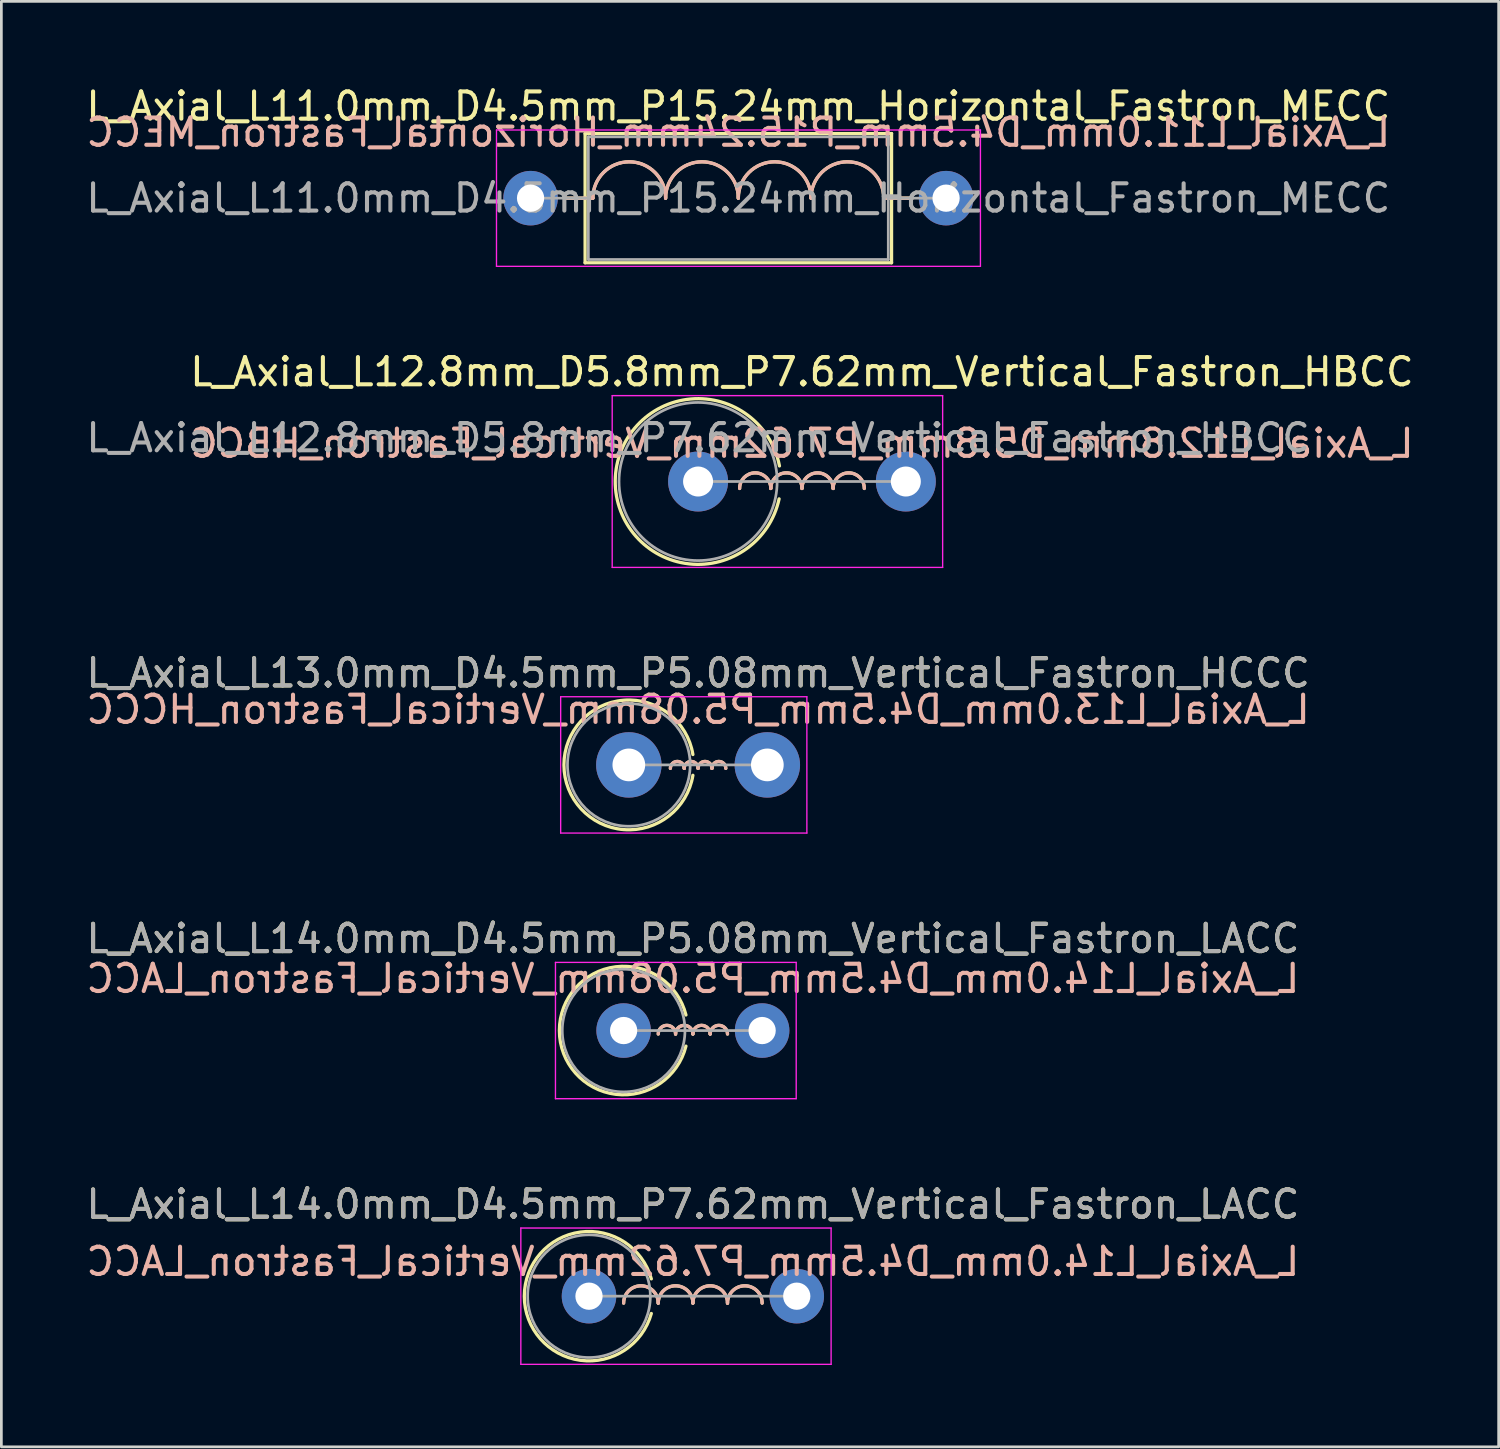
<source format=kicad_pcb>
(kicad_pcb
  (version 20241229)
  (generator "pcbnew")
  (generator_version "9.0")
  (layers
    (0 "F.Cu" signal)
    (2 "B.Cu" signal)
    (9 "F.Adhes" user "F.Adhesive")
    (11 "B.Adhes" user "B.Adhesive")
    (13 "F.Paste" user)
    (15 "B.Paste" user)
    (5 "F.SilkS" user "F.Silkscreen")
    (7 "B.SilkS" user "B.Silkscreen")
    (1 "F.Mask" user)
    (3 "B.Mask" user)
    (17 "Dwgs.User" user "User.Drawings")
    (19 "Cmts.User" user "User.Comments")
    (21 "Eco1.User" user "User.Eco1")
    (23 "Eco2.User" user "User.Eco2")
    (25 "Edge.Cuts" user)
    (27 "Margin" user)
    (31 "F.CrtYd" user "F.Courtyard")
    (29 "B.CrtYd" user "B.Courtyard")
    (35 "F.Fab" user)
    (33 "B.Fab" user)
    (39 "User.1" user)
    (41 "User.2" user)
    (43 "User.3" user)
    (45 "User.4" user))
  (footprint "L_Axial_L11.0mm_D4.5mm_P15.24mm_Horizontal_Fastron_MECC"
    (layer "F.Cu")
    (at 16.41 4.218)
    (property "Reference" "L_Axial_L11.0mm_D4.5mm_P15.24mm_Horizontal_Fastron_MECC" (at 7.62 -3.37 0) (layer "F.SilkS") (effects (font (size 1 1) (thickness 0.15))))
    (fp_line (start 1.24 0) (end 2 0) (stroke (width 0.12) (type solid)) (layer "F.SilkS"))
    (fp_line (start 2 -2.37) (end 2 2.37) (stroke (width 0.12) (type solid)) (layer "F.SilkS"))
    (fp_line (start 2 2.37) (end 13.24 2.37) (stroke (width 0.12) (type solid)) (layer "F.SilkS"))
    (fp_line (start 2.286 0) (end 2 0) (stroke (width 0.12) (type solid)) (layer "F.SilkS"))
    (fp_line (start 12.954 0) (end 13.271 0) (stroke (width 0.12) (type solid)) (layer "F.SilkS"))
    (fp_line (start 13.24 -2.37) (end 2 -2.37) (stroke (width 0.12) (type solid)) (layer "F.SilkS"))
    (fp_line (start 13.24 2.37) (end 13.24 -2.37) (stroke (width 0.12) (type solid)) (layer "F.SilkS"))
    (fp_line (start 14 0) (end 13.24 0) (stroke (width 0.12) (type solid)) (layer "F.SilkS"))
    (fp_arc (start 2.286 0) (mid 3.6195 -1.3335) (end 4.953 0) (stroke (width 0.12) (type solid)) (layer "F.SilkS"))
    (fp_arc (start 4.953 0) (mid 6.2865 -1.3335) (end 7.62 0) (stroke (width 0.12) (type solid)) (layer "F.SilkS"))
    (fp_arc (start 7.62 0) (mid 8.9535 -1.3335) (end 10.287 0) (stroke (width 0.12) (type solid)) (layer "F.SilkS"))
    (fp_arc (start 10.287 0) (mid 11.6205 -1.3335) (end 12.954 0) (stroke (width 0.12) (type solid)) (layer "F.SilkS"))
    (fp_line (start 1.24 0) (end 2 0) (stroke (width 0.12) (type solid)) (layer "B.SilkS"))
    (fp_line (start 2.286 0) (end 1.968 0) (stroke (width 0.12) (type solid)) (layer "B.SilkS"))
    (fp_line (start 12.954 0) (end 13.24 0) (stroke (width 0.12) (type solid)) (layer "B.SilkS"))
    (fp_line (start 14 0) (end 13.24 0) (stroke (width 0.12) (type solid)) (layer "B.SilkS"))
    (fp_arc (start 2.286 0) (mid 3.6195 -1.3335) (end 4.953 0) (stroke (width 0.12) (type solid)) (layer "B.SilkS"))
    (fp_arc (start 4.953 0) (mid 6.2865 -1.3335) (end 7.62 0) (stroke (width 0.12) (type solid)) (layer "B.SilkS"))
    (fp_arc (start 7.62 0) (mid 8.9535 -1.3335) (end 10.287 0) (stroke (width 0.12) (type solid)) (layer "B.SilkS"))
    (fp_arc (start 10.287 0) (mid 11.6205 -1.3335) (end 12.954 0) (stroke (width 0.12) (type solid)) (layer "B.SilkS"))
    (fp_line (start -1.25 -2.5) (end -1.25 2.5) (stroke (width 0.05) (type solid)) (layer "F.CrtYd"))
    (fp_line (start -1.25 2.5) (end 16.5 2.5) (stroke (width 0.05) (type solid)) (layer "F.CrtYd"))
    (fp_line (start 16.5 -2.5) (end -1.25 -2.5) (stroke (width 0.05) (type solid)) (layer "F.CrtYd"))
    (fp_line (start 16.5 2.5) (end 16.5 -2.5) (stroke (width 0.05) (type solid)) (layer "F.CrtYd"))
    (fp_line (start 0 0) (end 2.12 0) (stroke (width 0.1) (type solid)) (layer "F.Fab"))
    (fp_line (start 2.12 -2.25) (end 2.12 2.25) (stroke (width 0.1) (type solid)) (layer "F.Fab"))
    (fp_line (start 2.12 2.25) (end 13.12 2.25) (stroke (width 0.1) (type solid)) (layer "F.Fab"))
    (fp_line (start 13.12 -2.25) (end 2.12 -2.25) (stroke (width 0.1) (type solid)) (layer "F.Fab"))
    (fp_line (start 13.12 2.25) (end 13.12 -2.25) (stroke (width 0.1) (type solid)) (layer "F.Fab"))
    (fp_line (start 15.24 0) (end 13.12 0) (stroke (width 0.1) (type solid)) (layer "F.Fab"))
    (fp_text user "${REFERENCE}" (at 7.62 -2.413 0) (layer "B.SilkS") (effects (font (size 1 1) (thickness 0.15)) (justify mirror)))
    (fp_text user "${REFERENCE}" (at 7.62 0 0) (layer "F.Fab") (effects (font (size 1 1) (thickness 0.15))))
    (pad "1" thru_hole circle (at 0 0) (size 2 2) (drill 1) (layers "*.Cu" "*.Mask"))
    (pad "2" thru_hole oval (at 15.24 0) (size 2 2) (drill 1) (layers "*.Cu" "*.Mask")))
  (footprint "L_Axial_L14.0mm_D4.5mm_P7.62mm_Vertical_Fastron_LACC"
    (layer "F.Cu")
    (at 18.553 44.491)
    (property "Reference" "L_Axial_L14.0mm_D4.5mm_P7.62mm_Vertical_Fastron_LACC" (at 3.81 -3.37 0) (layer "F.SilkS") (effects (font (size 1 1) (thickness 0.15))))
    (fp_arc (start 1.27 0.254) (mid 1.905 -0.381) (end 2.54 0.254) (stroke (width 0.12) (type solid)) (layer "F.SilkS"))
    (fp_arc (start 2.286 0.635) (mid -2.372556 0) (end 2.286 -0.635) (stroke (width 0.12) (type solid)) (layer "F.SilkS"))
    (fp_arc (start 2.54 0.254) (mid 3.175 -0.381) (end 3.81 0.254) (stroke (width 0.12) (type solid)) (layer "F.SilkS"))
    (fp_arc (start 3.81 0.254) (mid 4.445 -0.381) (end 5.08 0.254) (stroke (width 0.12) (type solid)) (layer "F.SilkS"))
    (fp_arc (start 5.08 0.254) (mid 5.715 -0.381) (end 6.35 0.254) (stroke (width 0.12) (type solid)) (layer "F.SilkS"))
    (fp_arc (start 1.27 0.254) (mid 1.905 -0.381) (end 2.54 0.254) (stroke (width 0.12) (type solid)) (layer "B.SilkS"))
    (fp_arc (start 2.54 0.254) (mid 3.175 -0.381) (end 3.81 0.254) (stroke (width 0.12) (type solid)) (layer "B.SilkS"))
    (fp_arc (start 3.81 0.254) (mid 4.445 -0.381) (end 5.08 0.254) (stroke (width 0.12) (type solid)) (layer "B.SilkS"))
    (fp_arc (start 5.08 0.254) (mid 5.715 -0.381) (end 6.35 0.254) (stroke (width 0.12) (type solid)) (layer "B.SilkS"))
    (fp_line (start -2.5 -2.5) (end -2.5 2.5) (stroke (width 0.05) (type solid)) (layer "F.CrtYd"))
    (fp_line (start -2.5 2.5) (end 8.88 2.5) (stroke (width 0.05) (type solid)) (layer "F.CrtYd"))
    (fp_line (start 8.88 -2.5) (end -2.5 -2.5) (stroke (width 0.05) (type solid)) (layer "F.CrtYd"))
    (fp_line (start 8.88 2.5) (end 8.88 -2.5) (stroke (width 0.05) (type solid)) (layer "F.CrtYd"))
    (fp_line (start 0 0) (end 7.62 0) (stroke (width 0.1) (type solid)) (layer "F.Fab"))
    (fp_circle (center 0 0) (end 2.25 0) (stroke (width 0.1) (type solid)) (fill no) (layer "F.Fab"))
    (fp_text user "${REFERENCE}" (at 3.81 -1.27 0) (layer "B.SilkS") (effects (font (size 1 1) (thickness 0.15)) (justify mirror)))
    (fp_text user "${REFERENCE}" (at 3.81 -3.37 0) (layer "F.Fab") (effects (font (size 1 1) (thickness 0.15))))
    (pad "1" thru_hole circle (at 0 0) (size 2 2) (drill 1) (layers "*.Cu" "*.Mask"))
    (pad "2" thru_hole oval (at 7.62 0) (size 2 2) (drill 1) (layers "*.Cu" "*.Mask")))
  (footprint "L_Axial_L14.0mm_D4.5mm_P5.08mm_Vertical_Fastron_LACC"
    (layer "F.Cu")
    (at 19.823 34.748)
    (property "Reference" "L_Axial_L14.0mm_D4.5mm_P5.08mm_Vertical_Fastron_LACC" (at 2.54 -3.37 0) (layer "F.SilkS") (effects (font (size 1 1) (thickness 0.15))))
    (fp_arc (start 1.27 0.127) (mid 1.5875 -0.1905) (end 1.905 0.127) (stroke (width 0.12) (type solid)) (layer "F.SilkS"))
    (fp_arc (start 1.905 0.127) (mid 2.2225 -0.1905) (end 2.54 0.127) (stroke (width 0.12) (type solid)) (layer "F.SilkS"))
    (fp_arc (start 2.286 0.5715) (mid -2.356355 0) (end 2.286 -0.5715) (stroke (width 0.12) (type solid)) (layer "F.SilkS"))
    (fp_arc (start 2.54 0.127) (mid 2.8575 -0.1905) (end 3.175 0.127) (stroke (width 0.12) (type solid)) (layer "F.SilkS"))
    (fp_arc (start 3.175 0.127) (mid 3.4925 -0.1905) (end 3.81 0.127) (stroke (width 0.12) (type solid)) (layer "F.SilkS"))
    (fp_arc (start 1.27 0.127) (mid 1.5875 -0.1905) (end 1.905 0.127) (stroke (width 0.12) (type solid)) (layer "B.SilkS"))
    (fp_arc (start 1.905 0.127) (mid 2.2225 -0.1905) (end 2.54 0.127) (stroke (width 0.12) (type solid)) (layer "B.SilkS"))
    (fp_arc (start 2.54 0.127) (mid 2.8575 -0.1905) (end 3.175 0.127) (stroke (width 0.12) (type solid)) (layer "B.SilkS"))
    (fp_arc (start 3.175 0.127) (mid 3.4925 -0.1905) (end 3.81 0.127) (stroke (width 0.12) (type solid)) (layer "B.SilkS"))
    (fp_line (start -2.5 -2.5) (end -2.5 2.5) (stroke (width 0.05) (type solid)) (layer "F.CrtYd"))
    (fp_line (start -2.5 2.5) (end 6.33 2.5) (stroke (width 0.05) (type solid)) (layer "F.CrtYd"))
    (fp_line (start 6.33 -2.5) (end -2.5 -2.5) (stroke (width 0.05) (type solid)) (layer "F.CrtYd"))
    (fp_line (start 6.33 2.5) (end 6.33 -2.5) (stroke (width 0.05) (type solid)) (layer "F.CrtYd"))
    (fp_line (start 0 0) (end 5.08 0) (stroke (width 0.1) (type solid)) (layer "F.Fab"))
    (fp_circle (center 0 0) (end 2.25 0) (stroke (width 0.1) (type solid)) (fill no) (layer "F.Fab"))
    (fp_text user "${REFERENCE}" (at 2.54 -1.905 0) (layer "B.SilkS") (effects (font (size 1 1) (thickness 0.15)) (justify mirror)))
    (fp_text user "${REFERENCE}" (at 2.54 -3.37 0) (layer "F.Fab") (effects (font (size 1 1) (thickness 0.15))))
    (pad "1" thru_hole circle (at 0 0) (size 2 2) (drill 1) (layers "*.Cu" "*.Mask"))
    (pad "2" thru_hole oval (at 5.08 0) (size 2 2) (drill 1) (layers "*.Cu" "*.Mask")))
  (footprint "L_Axial_L12.8mm_D5.8mm_P7.62mm_Vertical_Fastron_HBCC"
    (layer "F.Cu")
    (at 22.554 14.611)
    (property "Reference" "L_Axial_L12.8mm_D5.8mm_P7.62mm_Vertical_Fastron_HBCC" (at 3.81 -4.02 0) (layer "F.SilkS") (effects (font (size 1 1) (thickness 0.15))))
    (fp_arc (start 1.524 0.254) (mid 2.0955 -0.3175) (end 2.667 0.254) (stroke (width 0.12) (type solid)) (layer "F.SilkS"))
    (fp_arc (start 2.667 0.254) (mid 3.2385 -0.3175) (end 3.81 0.254) (stroke (width 0.12) (type solid)) (layer "F.SilkS"))
    (fp_arc (start 2.971329 0.636439) (mid -3.038545 -0.033131) (end 2.9845 -0.5715) (stroke (width 0.12) (type solid)) (layer "F.SilkS"))
    (fp_arc (start 3.81 0.254) (mid 4.3815 -0.3175) (end 4.953 0.254) (stroke (width 0.12) (type solid)) (layer "F.SilkS"))
    (fp_arc (start 4.953 0.254) (mid 5.5245 -0.3175) (end 6.096 0.254) (stroke (width 0.12) (type solid)) (layer "F.SilkS"))
    (fp_arc (start 1.524 0.254) (mid 2.0955 -0.3175) (end 2.667 0.254) (stroke (width 0.12) (type solid)) (layer "B.SilkS"))
    (fp_arc (start 2.667 0.254) (mid 3.2385 -0.3175) (end 3.81 0.254) (stroke (width 0.12) (type solid)) (layer "B.SilkS"))
    (fp_arc (start 3.81 0.254) (mid 4.3815 -0.3175) (end 4.953 0.254) (stroke (width 0.12) (type solid)) (layer "B.SilkS"))
    (fp_arc (start 4.953 0.254) (mid 5.5245 -0.3175) (end 6.096 0.254) (stroke (width 0.12) (type solid)) (layer "B.SilkS"))
    (fp_line (start -3.15 -3.15) (end -3.15 3.15) (stroke (width 0.05) (type solid)) (layer "F.CrtYd"))
    (fp_line (start -3.15 3.15) (end 8.97 3.15) (stroke (width 0.05) (type solid)) (layer "F.CrtYd"))
    (fp_line (start 8.97 -3.15) (end -3.15 -3.15) (stroke (width 0.05) (type solid)) (layer "F.CrtYd"))
    (fp_line (start 8.97 3.15) (end 8.97 -3.15) (stroke (width 0.05) (type solid)) (layer "F.CrtYd"))
    (fp_line (start 0 0) (end 7.62 0) (stroke (width 0.1) (type solid)) (layer "F.Fab"))
    (fp_circle (center 0 0) (end 2.9 0) (stroke (width 0.1) (type solid)) (fill no) (layer "F.Fab"))
    (fp_text user "${REFERENCE}" (at 3.81 -1.397 0) (layer "B.SilkS") (effects (font (size 1 1) (thickness 0.15)) (justify mirror)))
    (fp_text user "${REFERENCE}" (at 0 -1.6 0) (layer "F.Fab") (effects (font (size 1 1) (thickness 0.15))))
    (pad "1" thru_hole circle (at 0 0) (size 2.2 2.2) (drill 1.1) (layers "*.Cu" "*.Mask"))
    (pad "2" thru_hole oval (at 7.62 0) (size 2.2 2.2) (drill 1.1) (layers "*.Cu" "*.Mask")))
  (footprint "L_Axial_L13.0mm_D4.5mm_P5.08mm_Vertical_Fastron_HCCC"
    (layer "F.Cu")
    (at 20.014 25.005)
    (property "Reference" "L_Axial_L13.0mm_D4.5mm_P5.08mm_Vertical_Fastron_HCCC" (at 2.54 -3.37 0) (layer "F.SilkS") (effects (font (size 1 1) (thickness 0.15))))
    (fp_arc (start 1.524 0.127) (mid 1.778 -0.127) (end 2.032 0.127) (stroke (width 0.12) (type solid)) (layer "F.SilkS"))
    (fp_arc (start 2.032 0.127) (mid 2.286 -0.127) (end 2.54 0.127) (stroke (width 0.12) (type solid)) (layer "F.SilkS"))
    (fp_arc (start 2.3495 0.381) (mid -2.380191 0) (end 2.3495 -0.381) (stroke (width 0.12) (type solid)) (layer "F.SilkS"))
    (fp_arc (start 2.54 0.127) (mid 2.794 -0.127) (end 3.048 0.127) (stroke (width 0.12) (type solid)) (layer "F.SilkS"))
    (fp_arc (start 3.048 0.127) (mid 3.302 -0.127) (end 3.556 0.127) (stroke (width 0.12) (type solid)) (layer "F.SilkS"))
    (fp_arc (start 1.524 0.127) (mid 1.778 -0.127) (end 2.032 0.127) (stroke (width 0.12) (type solid)) (layer "B.SilkS"))
    (fp_arc (start 2.032 0.127) (mid 2.286 -0.127) (end 2.54 0.127) (stroke (width 0.12) (type solid)) (layer "B.SilkS"))
    (fp_arc (start 2.54 0.127) (mid 2.794 -0.127) (end 3.048 0.127) (stroke (width 0.12) (type solid)) (layer "B.SilkS"))
    (fp_arc (start 3.048 0.127) (mid 3.302 -0.127) (end 3.556 0.127) (stroke (width 0.12) (type solid)) (layer "B.SilkS"))
    (fp_line (start -2.5 -2.5) (end -2.5 2.5) (stroke (width 0.05) (type solid)) (layer "F.CrtYd"))
    (fp_line (start -2.5 2.5) (end 6.53 2.5) (stroke (width 0.05) (type solid)) (layer "F.CrtYd"))
    (fp_line (start 6.53 -2.5) (end -2.5 -2.5) (stroke (width 0.05) (type solid)) (layer "F.CrtYd"))
    (fp_line (start 6.53 2.5) (end 6.53 -2.5) (stroke (width 0.05) (type solid)) (layer "F.CrtYd"))
    (fp_line (start 0 0) (end 5.08 0) (stroke (width 0.1) (type solid)) (layer "F.Fab"))
    (fp_circle (center 0 0) (end 2.25 0) (stroke (width 0.1) (type solid)) (fill no) (layer "F.Fab"))
    (fp_text user "${REFERENCE}" (at 2.54 -2.032 0) (layer "B.SilkS") (effects (font (size 1 1) (thickness 0.15)) (justify mirror)))
    (fp_text user "${REFERENCE}" (at 2.54 -3.37 0) (layer "F.Fab") (effects (font (size 1 1) (thickness 0.15))))
    (pad "1" thru_hole circle (at 0 0) (size 2.4 2.4) (drill 1.2) (layers "*.Cu" "*.Mask"))
    (pad "2" thru_hole oval (at 5.08 0) (size 2.4 2.4) (drill 1.2) (layers "*.Cu" "*.Mask")))
  (gr_rect
    (start -3 -3)
    (end 51.917 50.016)
    (stroke (width 0.1) (type default))
    (fill no)
    (layer "Edge.Cuts")))
</source>
